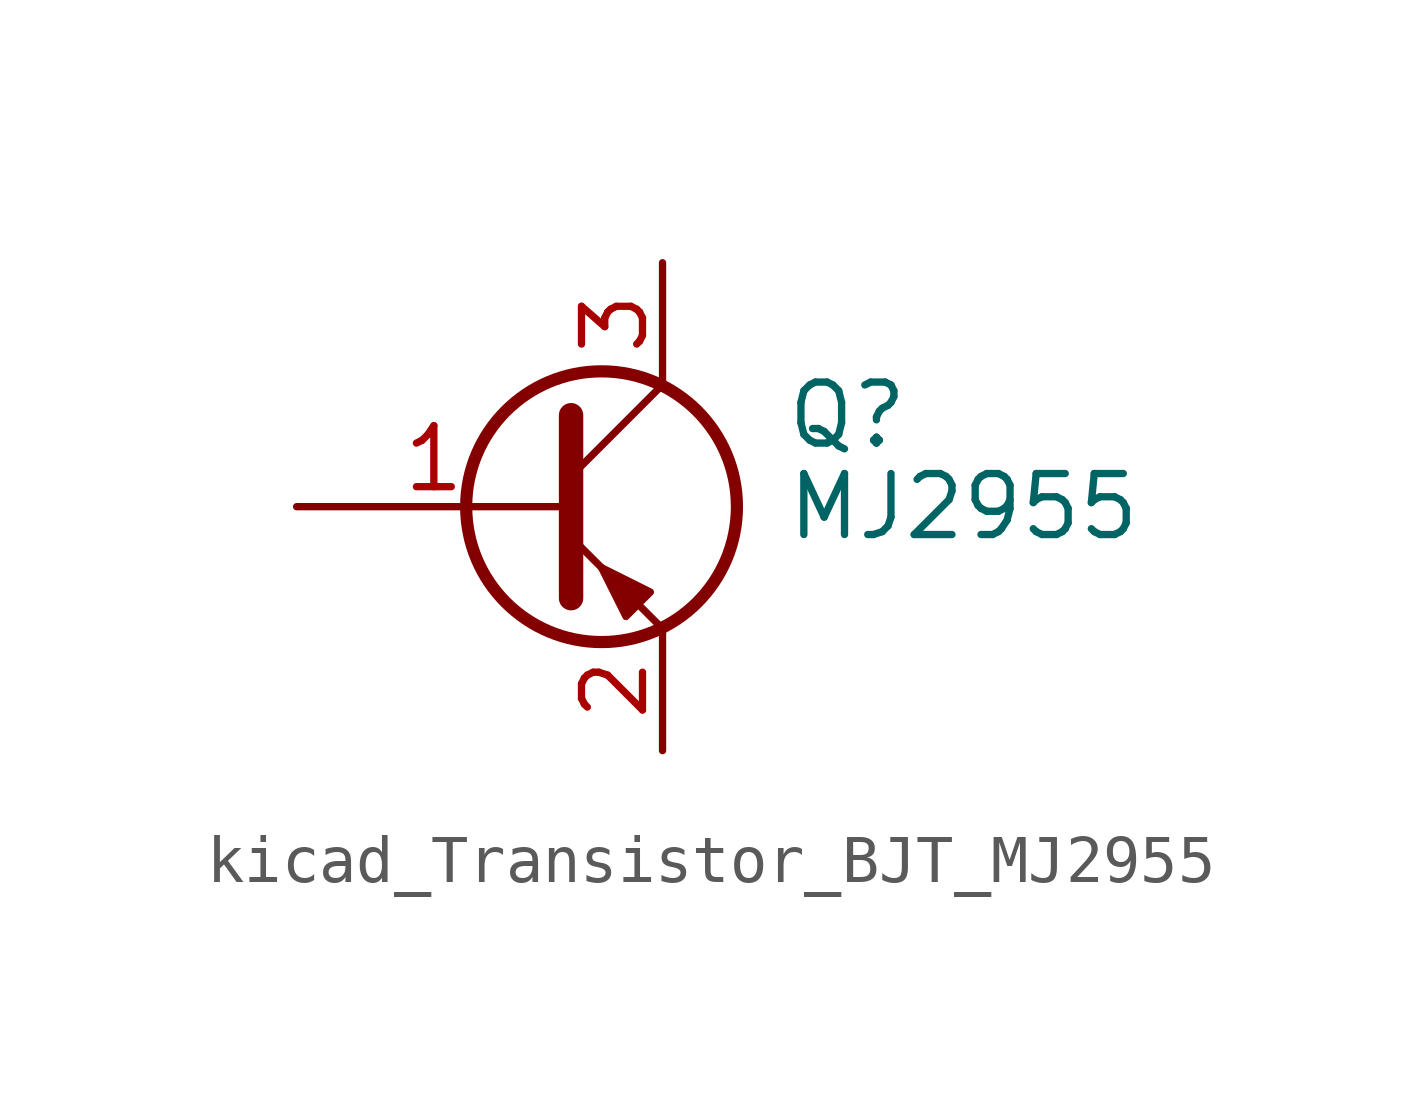
<source format=kicad_sym>
(kicad_symbol_lib
  (version 20220914)
  (generator kicad_symbol_editor)
  (symbol "kicad_Transistor_BJT_MJ2955"
    (pin_names
      (offset 0) hide)
    (property "Reference" "Q"
      (at 5.08 1.905 0)
      (effects (font (size 1.27 1.27)) (justify left)))
    (property "Value" "MJ2955"
      (at 5.08 0 0)
      (effects (font (size 1.27 1.27)) (justify left)))
    (symbol "kicad_Transistor_BJT_MJ2955_0_1"
      (polyline (pts (xy 0.635 0.635) (xy 2.54 2.54)) (stroke (width 0) (type default)) (fill (type none)))
      (polyline (pts (xy 0.635 -0.635) (xy 2.54 -2.54) (xy 2.54 -2.54)) (stroke (width 0) (type default)) (fill (type none)))
      (polyline (pts (xy 0.635 1.905) (xy 0.635 -1.905) (xy 0.635 -1.905)) (stroke (width 0.508) (type default)) (fill (type none)))
      (polyline (pts (xy 2.286 -1.778) (xy 1.778 -2.286) (xy 1.27 -1.27) (xy 2.286 -1.778) (xy 2.286 -1.778)) (stroke (width 0) (type default)) (fill (type outline)))
      (circle (center 1.27 0) (radius 2.819) (stroke (width 0.254) (type default)) (fill (type none))))
    (symbol "kicad_Transistor_BJT_MJ2955_1_1"
      (pin input line (at -5.08 0 0) (length 5.715) (name "B" (effects (font (size 1.27 1.27)))) (number "1" (effects (font (size 1.27 1.27)))))
      (pin passive line (at 2.54 -5.08 90) (length 2.54) (name "E" (effects (font (size 1.27 1.27)))) (number "2" (effects (font (size 1.27 1.27)))))
      (pin passive line (at 2.54 5.08 270) (length 2.54) (name "C" (effects (font (size 1.27 1.27)))) (number "3" (effects (font (size 1.27 1.27))))))))
</source>
